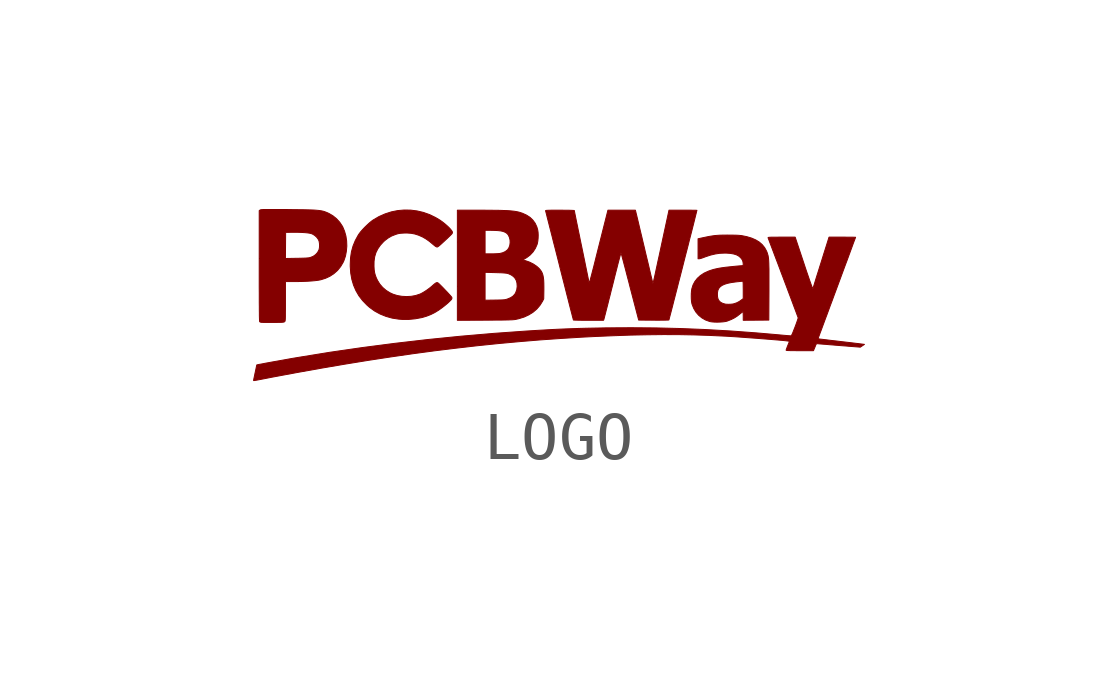
<source format=kicad_sym>
(kicad_symbol_lib
  (version 20220914)
  (generator "bitmap2component")
  (generator_version "9.0")
  (symbol "LOGO"
    (pin_names
      (offset 1.016))
    (property "Reference" "#G"
      (at 0 1.86 0)
      (effects (font (size 1.27 1.27)) hide))
    (symbol "LOGO_0_0"
      (polyline (pts (xy -6.216 -1.924) (xy -6.203 -1.922) (xy -6.181 -1.919) (xy -6.149 -1.913) (xy -6.106 -1.905) (xy -6.049 -1.894) (xy -5.834 -1.852) (xy -5.318 -1.756) (xy -4.815 -1.666) (xy -4.323 -1.582) (xy -3.843 -1.504) (xy -3.372 -1.432) (xy -2.909 -1.365) (xy -2.455 -1.304) (xy -2.006 -1.249) (xy -1.563 -1.198) (xy -1.125 -1.153) (xy -0.689 -1.113) (xy -0.256 -1.077) (xy 0.176 -1.047) (xy 0.609 -1.02) (xy 0.885 -1.006) (xy 1.26 -0.99) (xy 1.622 -0.977) (xy 1.971 -0.97) (xy 2.308 -0.966) (xy 2.635 -0.967) (xy 2.952 -0.973) (xy 3.261 -0.983) (xy 3.562 -0.997) (xy 3.625 -1) (xy 3.702 -1.005) (xy 3.786 -1.01) (xy 3.875 -1.016) (xy 3.969 -1.023) (xy 4.065 -1.03) (xy 4.162 -1.037) (xy 4.26 -1.044) (xy 4.355 -1.052) (xy 4.448 -1.059) (xy 4.536 -1.066) (xy 4.619 -1.073) (xy 4.694 -1.079) (xy 4.761 -1.085) (xy 4.817 -1.09) (xy 4.862 -1.095) (xy 4.894 -1.099) (xy 4.912 -1.101) (xy 4.937 -1.107) (xy 4.902 -1.194) (xy 4.889 -1.227) (xy 4.878 -1.257) (xy 4.87 -1.28) (xy 4.867 -1.291) (xy 4.867 -1.291) (xy 4.87 -1.294) (xy 4.88 -1.296) (xy 4.898 -1.298) (xy 4.925 -1.299) (xy 4.963 -1.3) (xy 5.012 -1.3) (xy 5.075 -1.301) (xy 5.152 -1.301) (xy 5.438 -1.301) (xy 5.451 -1.267) (xy 5.456 -1.256) (xy 5.469 -1.225) (xy 5.481 -1.194) (xy 5.487 -1.179) (xy 5.496 -1.163) (xy 5.506 -1.157) (xy 5.52 -1.156) (xy 5.52 -1.156) (xy 5.534 -1.157) (xy 5.562 -1.16) (xy 5.602 -1.163) (xy 5.651 -1.167) (xy 5.708 -1.171) (xy 5.772 -1.177) (xy 5.84 -1.182) (xy 5.895 -1.187) (xy 5.971 -1.193) (xy 6.045 -1.199) (xy 6.116 -1.204) (xy 6.18 -1.21) (xy 6.234 -1.214) (xy 6.275 -1.217) (xy 6.413 -1.228) (xy 6.456 -1.199) (xy 6.499 -1.17) (xy 6.428 -1.161) (xy 6.41 -1.159) (xy 6.375 -1.154) (xy 6.329 -1.149) (xy 6.272 -1.142) (xy 6.207 -1.134) (xy 6.136 -1.126) (xy 6.06 -1.117) (xy 5.982 -1.108) (xy 5.91 -1.099) (xy 5.836 -1.091) (xy 5.768 -1.083) (xy 5.707 -1.075) (xy 5.655 -1.069) (xy 5.613 -1.064) (xy 5.584 -1.061) (xy 5.569 -1.059) (xy 5.566 -1.058) (xy 5.544 -1.055) (xy 5.535 -1.049) (xy 5.536 -1.041) (xy 5.539 -1.032) (xy 5.548 -1.009) (xy 5.561 -0.974) (xy 5.578 -0.926) (xy 5.6 -0.869) (xy 5.625 -0.801) (xy 5.653 -0.725) (xy 5.684 -0.641) (xy 5.718 -0.551) (xy 5.753 -0.456) (xy 5.79 -0.355) (xy 5.829 -0.252) (xy 5.868 -0.145) (xy 5.908 -0.038) (xy 5.948 0.07) (xy 5.988 0.178) (xy 6.027 0.284) (xy 6.065 0.387) (xy 6.102 0.487) (xy 6.138 0.582) (xy 6.171 0.672) (xy 6.201 0.754) (xy 6.229 0.83) (xy 6.253 0.896) (xy 6.274 0.953) (xy 6.291 0.998) (xy 6.304 1.032) (xy 6.312 1.054) (xy 6.314 1.061) (xy 6.309 1.062) (xy 6.289 1.062) (xy 6.256 1.063) (xy 6.213 1.063) (xy 6.161 1.063) (xy 6.102 1.064) (xy 6.038 1.064) (xy 5.761 1.064) (xy 5.742 1.002) (xy 5.695 0.853) (xy 5.648 0.704) (xy 5.606 0.569) (xy 5.568 0.449) (xy 5.535 0.343) (xy 5.506 0.252) (xy 5.482 0.175) (xy 5.463 0.112) (xy 5.448 0.063) (xy 5.437 0.028) (xy 5.431 0.006) (xy 5.429 -0.003) (xy 5.429 -0.003) (xy 5.428 -0.01) (xy 5.425 -0.011) (xy 5.42 -0.003) (xy 5.413 0.013) (xy 5.403 0.037) (xy 5.39 0.072) (xy 5.374 0.117) (xy 5.354 0.173) (xy 5.331 0.241) (xy 5.303 0.322) (xy 5.271 0.417) (xy 5.235 0.526) (xy 5.056 1.064) (xy 4.771 1.064) (xy 4.712 1.064) (xy 4.648 1.063) (xy 4.598 1.063) (xy 4.56 1.063) (xy 4.531 1.062) (xy 4.512 1.06) (xy 4.5 1.059) (xy 4.493 1.056) (xy 4.491 1.053) (xy 4.492 1.05) (xy 4.493 1.046) (xy 4.5 1.028) (xy 4.512 0.996) (xy 4.528 0.953) (xy 4.548 0.9) (xy 4.572 0.837) (xy 4.599 0.766) (xy 4.628 0.688) (xy 4.66 0.604) (xy 4.694 0.515) (xy 4.729 0.422) (xy 4.764 0.328) (xy 4.801 0.231) (xy 4.837 0.135) (xy 4.873 0.04) (xy 4.908 -0.054) (xy 4.942 -0.144) (xy 4.974 -0.229) (xy 5.004 -0.309) (xy 5.031 -0.382) (xy 5.056 -0.448) (xy 5.077 -0.504) (xy 5.094 -0.55) (xy 5.107 -0.584) (xy 5.115 -0.607) (xy 5.118 -0.615) (xy 5.118 -0.622) (xy 5.112 -0.642) (xy 5.102 -0.673) (xy 5.088 -0.713) (xy 5.071 -0.76) (xy 5.052 -0.811) (xy 5.03 -0.866) (xy 5.013 -0.91) (xy 5 -0.942) (xy 4.989 -0.965) (xy 4.981 -0.979) (xy 4.975 -0.988) (xy 4.969 -0.991) (xy 4.962 -0.992) (xy 4.962 -0.992) (xy 4.948 -0.991) (xy 4.921 -0.989) (xy 4.883 -0.986) (xy 4.834 -0.982) (xy 4.777 -0.977) (xy 4.713 -0.971) (xy 4.646 -0.965) (xy 4.242 -0.93) (xy 3.713 -0.891) (xy 3.191 -0.861) (xy 2.673 -0.84) (xy 2.156 -0.827) (xy 1.636 -0.823) (xy 1.111 -0.826) (xy 1.017 -0.828) (xy 0.853 -0.831) (xy 0.7 -0.834) (xy 0.554 -0.838) (xy 0.413 -0.843) (xy 0.273 -0.848) (xy 0.132 -0.854) (xy -0.013 -0.861) (xy -0.165 -0.87) (xy -0.327 -0.879) (xy -0.502 -0.89) (xy -0.538 -0.892) (xy -1.224 -0.941) (xy -1.911 -1) (xy -2.597 -1.069) (xy -3.281 -1.148) (xy -3.958 -1.236) (xy -4.628 -1.333) (xy -5.287 -1.44) (xy -5.34 -1.449) (xy -5.413 -1.461) (xy -5.492 -1.475) (xy -5.574 -1.49) (xy -5.658 -1.505) (xy -5.742 -1.52) (xy -5.822 -1.534) (xy -5.898 -1.548) (xy -5.966 -1.56) (xy -6.026 -1.572) (xy -6.074 -1.581) (xy -6.109 -1.587) (xy -6.16 -1.598) (xy -6.193 -1.756) (xy -6.196 -1.767) (xy -6.205 -1.814) (xy -6.214 -1.855) (xy -6.221 -1.888) (xy -6.225 -1.91) (xy -6.227 -1.92) (xy -6.227 -1.921) (xy -6.227 -1.923) (xy -6.224 -1.924) (xy -6.216 -1.924)) (stroke (width 0.01) (type default)) (fill (type outline)))
      (polyline (pts (xy -5.827 -0.713) (xy -5.782 -0.713) (xy -5.724 -0.712) (xy -5.68 -0.712) (xy -5.646 -0.711) (xy -5.622 -0.709) (xy -5.605 -0.707) (xy -5.593 -0.704) (xy -5.586 -0.701) (xy -5.58 -0.697) (xy -5.578 -0.695) (xy -5.575 -0.692) (xy -5.572 -0.686) (xy -5.57 -0.679) (xy -5.568 -0.667) (xy -5.566 -0.65) (xy -5.565 -0.626) (xy -5.564 -0.595) (xy -5.564 -0.554) (xy -5.564 -0.502) (xy -5.563 -0.439) (xy -5.563 -0.362) (xy -5.563 -0.272) (xy -5.563 0.138) (xy -5.383 0.138) (xy -5.3 0.139) (xy -5.199 0.141) (xy -5.103 0.145) (xy -5.016 0.151) (xy -4.94 0.158) (xy -4.878 0.166) (xy -4.826 0.176) (xy -4.727 0.207) (xy -4.635 0.25) (xy -4.551 0.306) (xy -4.476 0.373) (xy -4.413 0.451) (xy -4.362 0.537) (xy -4.344 0.576) (xy -4.312 0.671) (xy -4.293 0.773) (xy -4.284 0.878) (xy -4.288 0.984) (xy -4.303 1.087) (xy -4.331 1.186) (xy -4.369 1.277) (xy -4.376 1.29) (xy -4.431 1.373) (xy -4.497 1.446) (xy -4.573 1.508) (xy -4.658 1.558) (xy -4.663 1.56) (xy -4.691 1.573) (xy -4.718 1.584) (xy -4.745 1.594) (xy -4.773 1.603) (xy -4.804 1.61) (xy -4.839 1.616) (xy -4.879 1.621) (xy -4.925 1.625) (xy -4.978 1.629) (xy -5.04 1.631) (xy -5.112 1.633) (xy -5.195 1.635) (xy -5.29 1.636) (xy -5.399 1.637) (xy -5.522 1.639) (xy -5.626 1.639) (xy -5.719 1.64) (xy -5.798 1.64) (xy -5.865 1.64) (xy -5.92 1.64) (xy -5.965 1.64) (xy -6.002 1.639) (xy -6.029 1.639) (xy -6.051 1.637) (xy -6.066 1.636) (xy -6.077 1.634) (xy -6.084 1.632) (xy -6.089 1.63) (xy -6.109 1.617) (xy -6.109 0.619) (xy -5.563 0.619) (xy -5.561 0.891) (xy -5.559 1.163) (xy -5.429 1.165) (xy -5.394 1.165) (xy -5.308 1.165) (xy -5.229 1.162) (xy -5.158 1.158) (xy -5.097 1.152) (xy -5.048 1.144) (xy -5.013 1.134) (xy -4.998 1.127) (xy -4.955 1.101) (xy -4.916 1.067) (xy -4.885 1.028) (xy -4.865 0.989) (xy -4.861 0.974) (xy -4.854 0.932) (xy -4.852 0.885) (xy -4.855 0.84) (xy -4.863 0.803) (xy -4.865 0.798) (xy -4.893 0.745) (xy -4.934 0.7) (xy -4.985 0.664) (xy -5.045 0.64) (xy -5.063 0.636) (xy -5.085 0.632) (xy -5.114 0.63) (xy -5.15 0.627) (xy -5.197 0.626) (xy -5.255 0.624) (xy -5.328 0.623) (xy -5.563 0.619) (xy -6.109 0.619) (xy -6.109 0.463) (xy -6.109 0.306) (xy -6.109 0.157) (xy -6.109 0.022) (xy -6.108 -0.099) (xy -6.108 -0.206) (xy -6.108 -0.301) (xy -6.107 -0.384) (xy -6.107 -0.456) (xy -6.106 -0.517) (xy -6.106 -0.568) (xy -6.105 -0.609) (xy -6.104 -0.642) (xy -6.103 -0.666) (xy -6.102 -0.684) (xy -6.1 -0.694) (xy -6.099 -0.698) (xy -6.091 -0.703) (xy -6.073 -0.71) (xy -6.072 -0.71) (xy -6.057 -0.711) (xy -6.029 -0.712) (xy -5.989 -0.713) (xy -5.941 -0.713) (xy -5.886 -0.713) (xy -5.827 -0.713)) (stroke (width 0.01) (type default)) (fill (type outline)))
      (polyline (pts (xy 3.497 -0.705) (xy 3.553 -0.701) (xy 3.603 -0.694) (xy 3.64 -0.685) (xy 3.652 -0.68) (xy 3.726 -0.651) (xy 3.791 -0.618) (xy 3.851 -0.579) (xy 3.913 -0.53) (xy 3.923 -0.522) (xy 3.946 -0.504) (xy 3.962 -0.491) (xy 3.969 -0.486) (xy 3.971 -0.493) (xy 3.972 -0.512) (xy 3.973 -0.541) (xy 3.974 -0.577) (xy 3.974 -0.668) (xy 4.24 -0.666) (xy 4.507 -0.664) (xy 4.51 -0.067) (xy 4.51 0.043) (xy 4.51 0.152) (xy 4.51 0.247) (xy 4.51 0.33) (xy 4.51 0.401) (xy 4.508 0.462) (xy 4.507 0.513) (xy 4.505 0.557) (xy 4.503 0.594) (xy 4.5 0.625) (xy 4.496 0.652) (xy 4.492 0.676) (xy 4.486 0.697) (xy 4.48 0.717) (xy 4.474 0.737) (xy 4.461 0.77) (xy 4.422 0.842) (xy 4.372 0.905) (xy 4.31 0.96) (xy 4.235 1.006) (xy 4.148 1.044) (xy 4.048 1.074) (xy 3.934 1.097) (xy 3.92 1.098) (xy 3.876 1.102) (xy 3.816 1.105) (xy 3.74 1.106) (xy 3.649 1.107) (xy 3.63 1.107) (xy 3.555 1.106) (xy 3.491 1.105) (xy 3.435 1.101) (xy 3.382 1.097) (xy 3.329 1.089) (xy 3.271 1.08) (xy 3.206 1.067) (xy 3.13 1.051) (xy 3.033 1.03) (xy 3.033 0.821) (xy 3.033 0.613) (xy 3.056 0.613) (xy 3.058 0.613) (xy 3.078 0.617) (xy 3.106 0.625) (xy 3.137 0.636) (xy 3.19 0.656) (xy 3.293 0.69) (xy 3.39 0.713) (xy 3.482 0.727) (xy 3.573 0.731) (xy 3.628 0.731) (xy 3.708 0.725) (xy 3.775 0.713) (xy 3.831 0.696) (xy 3.877 0.672) (xy 3.914 0.641) (xy 3.921 0.634) (xy 3.952 0.594) (xy 3.968 0.552) (xy 3.974 0.503) (xy 3.974 0.501) (xy 3.971 0.478) (xy 3.963 0.47) (xy 3.961 0.47) (xy 3.946 0.469) (xy 3.918 0.467) (xy 3.881 0.464) (xy 3.836 0.46) (xy 3.785 0.455) (xy 3.785 0.455) (xy 3.687 0.445) (xy 3.604 0.436) (xy 3.531 0.426) (xy 3.468 0.416) (xy 3.411 0.404) (xy 3.359 0.392) (xy 3.31 0.377) (xy 3.26 0.36) (xy 3.25 0.356) (xy 3.16 0.315) (xy 3.083 0.265) (xy 3.018 0.206) (xy 2.966 0.139) (xy 2.927 0.065) (xy 2.902 -0.016) (xy 2.902 -0.017) (xy 2.896 -0.059) (xy 2.892 -0.111) (xy 2.892 -0.122) (xy 3.436 -0.122) (xy 3.437 -0.093) (xy 3.446 -0.045) (xy 3.464 -0.005) (xy 3.493 0.029) (xy 3.532 0.058) (xy 3.584 0.082) (xy 3.648 0.102) (xy 3.726 0.118) (xy 3.819 0.131) (xy 3.854 0.135) (xy 3.895 0.139) (xy 3.929 0.143) (xy 3.953 0.145) (xy 3.964 0.146) (xy 3.964 0.146) (xy 3.967 0.142) (xy 3.97 0.129) (xy 3.972 0.106) (xy 3.973 0.072) (xy 3.973 0.026) (xy 3.974 -0.035) (xy 3.974 -0.217) (xy 3.932 -0.248) (xy 3.892 -0.276) (xy 3.841 -0.303) (xy 3.784 -0.323) (xy 3.781 -0.324) (xy 3.75 -0.33) (xy 3.709 -0.334) (xy 3.667 -0.335) (xy 3.628 -0.334) (xy 3.598 -0.331) (xy 3.548 -0.316) (xy 3.509 -0.297) (xy 3.48 -0.273) (xy 3.479 -0.271) (xy 3.458 -0.243) (xy 3.445 -0.211) (xy 3.438 -0.172) (xy 3.436 -0.122) (xy 2.892 -0.122) (xy 2.891 -0.167) (xy 2.892 -0.222) (xy 2.896 -0.271) (xy 2.902 -0.31) (xy 2.91 -0.34) (xy 2.943 -0.422) (xy 2.988 -0.497) (xy 3.045 -0.563) (xy 3.112 -0.618) (xy 3.188 -0.662) (xy 3.271 -0.692) (xy 3.281 -0.695) (xy 3.325 -0.702) (xy 3.378 -0.706) (xy 3.437 -0.707) (xy 3.497 -0.705)) (stroke (width 0.01) (type default)) (fill (type outline)))
      (polyline (pts (xy -1.406 -0.666) (xy -1.355 -0.666) (xy -1.25 -0.665) (xy -1.159 -0.664) (xy -1.08 -0.664) (xy -1.014 -0.663) (xy -0.958 -0.662) (xy -0.911 -0.661) (xy -0.873 -0.659) (xy -0.841 -0.658) (xy -0.816 -0.656) (xy -0.795 -0.654) (xy -0.778 -0.652) (xy -0.763 -0.649) (xy -0.701 -0.635) (xy -0.591 -0.601) (xy -0.492 -0.555) (xy -0.403 -0.499) (xy -0.326 -0.433) (xy -0.261 -0.357) (xy -0.208 -0.273) (xy -0.182 -0.221) (xy -0.179 -0.035) (xy -0.179 0.025) (xy -0.18 0.105) (xy -0.183 0.172) (xy -0.19 0.228) (xy -0.2 0.276) (xy -0.214 0.317) (xy -0.232 0.352) (xy -0.255 0.384) (xy -0.282 0.415) (xy -0.323 0.452) (xy -0.395 0.502) (xy -0.476 0.543) (xy -0.561 0.573) (xy -0.576 0.577) (xy -0.597 0.584) (xy -0.608 0.59) (xy -0.607 0.594) (xy -0.596 0.604) (xy -0.576 0.615) (xy -0.536 0.638) (xy -0.465 0.692) (xy -0.405 0.756) (xy -0.356 0.831) (xy -0.32 0.913) (xy -0.315 0.931) (xy -0.305 0.983) (xy -0.299 1.043) (xy -0.297 1.105) (xy -0.3 1.165) (xy -0.308 1.217) (xy -0.325 1.276) (xy -0.36 1.352) (xy -0.408 1.418) (xy -0.468 1.476) (xy -0.541 1.523) (xy -0.627 1.562) (xy -0.649 1.569) (xy -0.681 1.58) (xy -0.716 1.589) (xy -0.752 1.596) (xy -0.793 1.603) (xy -0.839 1.608) (xy -0.89 1.613) (xy -0.95 1.617) (xy -1.018 1.619) (xy -1.095 1.622) (xy -1.184 1.623) (xy -1.285 1.624) (xy -1.399 1.625) (xy -1.528 1.625) (xy -1.981 1.625) (xy -1.981 0.961) (xy -1.404 0.961) (xy -1.404 1.206) (xy -1.291 1.206) (xy -1.284 1.206) (xy -1.2 1.204) (xy -1.131 1.2) (xy -1.073 1.193) (xy -1.026 1.182) (xy -0.989 1.167) (xy -0.958 1.149) (xy -0.934 1.126) (xy -0.919 1.106) (xy -0.897 1.058) (xy -0.884 1.005) (xy -0.882 0.949) (xy -0.889 0.894) (xy -0.907 0.844) (xy -0.934 0.802) (xy -0.942 0.795) (xy -0.984 0.763) (xy -1.036 0.739) (xy -1.096 0.724) (xy -1.107 0.723) (xy -1.139 0.72) (xy -1.18 0.718) (xy -1.227 0.716) (xy -1.275 0.716) (xy -1.404 0.716) (xy -1.404 0.961) (xy -1.981 0.961) (xy -1.981 0.478) (xy -1.981 0.04) (xy -1.404 0.04) (xy -1.404 0.331) (xy -1.192 0.325) (xy -1.125 0.323) (xy -1.057 0.321) (xy -1.003 0.317) (xy -0.964 0.313) (xy -0.94 0.309) (xy -0.916 0.302) (xy -0.859 0.276) (xy -0.811 0.242) (xy -0.775 0.201) (xy -0.752 0.155) (xy -0.74 0.109) (xy -0.735 0.037) (xy -0.744 -0.032) (xy -0.769 -0.099) (xy -0.782 -0.12) (xy -0.819 -0.162) (xy -0.869 -0.196) (xy -0.933 -0.223) (xy -0.941 -0.226) (xy -0.96 -0.232) (xy -0.978 -0.236) (xy -0.998 -0.24) (xy -1.021 -0.242) (xy -1.05 -0.244) (xy -1.088 -0.245) (xy -1.137 -0.246) (xy -1.2 -0.247) (xy -1.404 -0.25) (xy -1.404 0.04) (xy -1.981 0.04) (xy -1.981 -0.669) (xy -1.406 -0.666)) (stroke (width 0.01) (type default)) (fill (type outline)))
      (polyline (pts (xy 1.071 -0.65) (xy 1.073 -0.641) (xy 1.08 -0.617) (xy 1.089 -0.58) (xy 1.102 -0.531) (xy 1.117 -0.471) (xy 1.135 -0.402) (xy 1.155 -0.324) (xy 1.176 -0.238) (xy 1.2 -0.146) (xy 1.224 -0.048) (xy 1.25 0.053) (xy 1.275 0.153) (xy 1.299 0.25) (xy 1.322 0.341) (xy 1.344 0.426) (xy 1.363 0.502) (xy 1.381 0.57) (xy 1.396 0.628) (xy 1.409 0.675) (xy 1.418 0.71) (xy 1.424 0.732) (xy 1.427 0.739) (xy 1.427 0.739) (xy 1.43 0.73) (xy 1.437 0.707) (xy 1.447 0.67) (xy 1.46 0.622) (xy 1.476 0.562) (xy 1.494 0.493) (xy 1.515 0.415) (xy 1.537 0.33) (xy 1.561 0.237) (xy 1.587 0.14) (xy 1.613 0.037) (xy 1.796 -0.664) (xy 2.107 -0.666) (xy 2.127 -0.666) (xy 2.194 -0.667) (xy 2.256 -0.666) (xy 2.311 -0.666) (xy 2.357 -0.665) (xy 2.393 -0.664) (xy 2.416 -0.663) (xy 2.425 -0.662) (xy 2.427 -0.657) (xy 2.432 -0.639) (xy 2.44 -0.606) (xy 2.452 -0.561) (xy 2.467 -0.505) (xy 2.484 -0.439) (xy 2.504 -0.362) (xy 2.525 -0.278) (xy 2.549 -0.186) (xy 2.574 -0.088) (xy 2.601 0.016) (xy 2.628 0.124) (xy 2.657 0.235) (xy 2.686 0.348) (xy 2.715 0.462) (xy 2.744 0.577) (xy 2.773 0.691) (xy 2.802 0.802) (xy 2.83 0.911) (xy 2.856 1.016) (xy 2.882 1.116) (xy 2.906 1.21) (xy 2.928 1.297) (xy 2.948 1.376) (xy 2.965 1.446) (xy 2.98 1.506) (xy 2.992 1.554) (xy 3.001 1.591) (xy 3.007 1.614) (xy 3.009 1.622) (xy 3.009 1.623) (xy 3.001 1.623) (xy 2.978 1.624) (xy 2.944 1.624) (xy 2.899 1.625) (xy 2.845 1.625) (xy 2.784 1.625) (xy 2.718 1.625) (xy 2.427 1.625) (xy 2.266 0.88) (xy 2.244 0.777) (xy 2.219 0.661) (xy 2.196 0.558) (xy 2.177 0.469) (xy 2.16 0.391) (xy 2.146 0.326) (xy 2.134 0.27) (xy 2.124 0.224) (xy 2.115 0.187) (xy 2.109 0.158) (xy 2.103 0.136) (xy 2.099 0.12) (xy 2.096 0.11) (xy 2.094 0.103) (xy 2.093 0.101) (xy 2.092 0.102) (xy 2.091 0.104) (xy 2.09 0.107) (xy 2.089 0.111) (xy 2.089 0.112) (xy 2.086 0.124) (xy 2.079 0.151) (xy 2.07 0.191) (xy 2.057 0.243) (xy 2.042 0.306) (xy 2.025 0.378) (xy 2.006 0.459) (xy 1.985 0.547) (xy 1.962 0.642) (xy 1.938 0.742) (xy 1.914 0.846) (xy 1.909 0.866) (xy 1.884 0.97) (xy 1.861 1.069) (xy 1.838 1.164) (xy 1.817 1.252) (xy 1.798 1.333) (xy 1.781 1.405) (xy 1.766 1.467) (xy 1.754 1.518) (xy 1.744 1.557) (xy 1.738 1.584) (xy 1.735 1.595) (xy 1.727 1.625) (xy 1.441 1.625) (xy 1.155 1.625) (xy 0.965 0.872) (xy 0.936 0.757) (xy 0.906 0.638) (xy 0.88 0.533) (xy 0.857 0.441) (xy 0.836 0.362) (xy 0.819 0.295) (xy 0.804 0.239) (xy 0.792 0.194) (xy 0.783 0.159) (xy 0.775 0.134) (xy 0.77 0.116) (xy 0.766 0.107) (xy 0.764 0.105) (xy 0.763 0.11) (xy 0.763 0.111) (xy 0.76 0.126) (xy 0.754 0.154) (xy 0.746 0.196) (xy 0.735 0.249) (xy 0.722 0.313) (xy 0.707 0.386) (xy 0.69 0.469) (xy 0.672 0.559) (xy 0.652 0.655) (xy 0.631 0.757) (xy 0.609 0.864) (xy 0.6 0.907) (xy 0.578 1.012) (xy 0.558 1.112) (xy 0.538 1.206) (xy 0.521 1.293) (xy 0.504 1.372) (xy 0.49 1.442) (xy 0.478 1.502) (xy 0.468 1.55) (xy 0.461 1.587) (xy 0.456 1.61) (xy 0.455 1.618) (xy 0.454 1.619) (xy 0.444 1.62) (xy 0.42 1.621) (xy 0.384 1.623) (xy 0.338 1.624) (xy 0.283 1.624) (xy 0.221 1.625) (xy 0.154 1.625) (xy 0.151 1.625) (xy 0.074 1.625) (xy 0.012 1.625) (xy -0.037 1.625) (xy -0.075 1.624) (xy -0.103 1.623) (xy -0.122 1.622) (xy -0.134 1.62) (xy -0.141 1.618) (xy -0.144 1.615) (xy -0.143 1.611) (xy -0.143 1.611) (xy -0.141 1.601) (xy -0.134 1.576) (xy -0.124 1.538) (xy -0.112 1.487) (xy -0.096 1.425) (xy -0.077 1.351) (xy -0.056 1.267) (xy -0.032 1.175) (xy -0.006 1.073) (xy 0.021 0.964) (xy 0.051 0.849) (xy 0.082 0.727) (xy 0.114 0.601) (xy 0.147 0.47) (xy 0.149 0.46) (xy 0.182 0.33) (xy 0.214 0.204) (xy 0.245 0.084) (xy 0.274 -0.031) (xy 0.301 -0.139) (xy 0.327 -0.239) (xy 0.35 -0.331) (xy 0.371 -0.413) (xy 0.39 -0.485) (xy 0.406 -0.546) (xy 0.418 -0.595) (xy 0.428 -0.631) (xy 0.434 -0.654) (xy 0.436 -0.662) (xy 0.437 -0.663) (xy 0.45 -0.664) (xy 0.476 -0.665) (xy 0.514 -0.666) (xy 0.563 -0.667) (xy 0.62 -0.668) (xy 0.683 -0.668) (xy 0.752 -0.668) (xy 1.064 -0.668) (xy 1.071 -0.65)) (stroke (width 0.01) (type default)) (fill (type outline)))
      (polyline (pts (xy -2.992 -0.65) (xy -2.857 -0.637) (xy -2.728 -0.613) (xy -2.711 -0.609) (xy -2.618 -0.581) (xy -2.534 -0.548) (xy -2.454 -0.508) (xy -2.372 -0.458) (xy -2.35 -0.442) (xy -2.304 -0.409) (xy -2.257 -0.373) (xy -2.213 -0.337) (xy -2.172 -0.302) (xy -2.139 -0.27) (xy -2.113 -0.244) (xy -2.099 -0.224) (xy -2.095 -0.213) (xy -2.096 -0.192) (xy -2.099 -0.187) (xy -2.112 -0.171) (xy -2.134 -0.146) (xy -2.161 -0.116) (xy -2.193 -0.081) (xy -2.228 -0.045) (xy -2.263 -0.008) (xy -2.297 0.027) (xy -2.329 0.059) (xy -2.355 0.085) (xy -2.375 0.103) (xy -2.387 0.112) (xy -2.4 0.117) (xy -2.417 0.115) (xy -2.437 0.105) (xy -2.463 0.085) (xy -2.498 0.055) (xy -2.515 0.039) (xy -2.561 0.002) (xy -2.611 -0.035) (xy -2.662 -0.069) (xy -2.711 -0.098) (xy -2.752 -0.119) (xy -2.764 -0.124) (xy -2.85 -0.152) (xy -2.943 -0.169) (xy -3.039 -0.174) (xy -3.137 -0.169) (xy -3.231 -0.153) (xy -3.319 -0.126) (xy -3.386 -0.095) (xy -3.466 -0.045) (xy -3.537 0.016) (xy -3.596 0.084) (xy -3.643 0.159) (xy -3.669 0.213) (xy -3.69 0.268) (xy -3.705 0.323) (xy -3.714 0.384) (xy -3.718 0.455) (xy -3.717 0.559) (xy -3.704 0.654) (xy -3.678 0.741) (xy -3.638 0.821) (xy -3.585 0.897) (xy -3.518 0.97) (xy -3.489 0.996) (xy -3.421 1.047) (xy -3.35 1.088) (xy -3.27 1.119) (xy -3.244 1.128) (xy -3.211 1.137) (xy -3.179 1.143) (xy -3.142 1.146) (xy -3.094 1.149) (xy -3.03 1.15) (xy -2.945 1.144) (xy -2.866 1.129) (xy -2.788 1.104) (xy -2.707 1.068) (xy -2.694 1.061) (xy -2.628 1.022) (xy -2.56 0.973) (xy -2.487 0.912) (xy -2.476 0.903) (xy -2.444 0.877) (xy -2.421 0.863) (xy -2.404 0.858) (xy -2.404 0.858) (xy -2.393 0.861) (xy -2.379 0.87) (xy -2.358 0.886) (xy -2.33 0.91) (xy -2.294 0.943) (xy -2.247 0.986) (xy -2.24 0.993) (xy -2.193 1.036) (xy -2.158 1.07) (xy -2.131 1.096) (xy -2.111 1.116) (xy -2.098 1.13) (xy -2.09 1.141) (xy -2.086 1.149) (xy -2.084 1.156) (xy -2.084 1.164) (xy -2.087 1.178) (xy -2.103 1.203) (xy -2.128 1.234) (xy -2.161 1.269) (xy -2.201 1.306) (xy -2.245 1.344) (xy -2.292 1.381) (xy -2.341 1.416) (xy -2.434 1.472) (xy -2.559 1.533) (xy -2.689 1.579) (xy -2.821 1.61) (xy -2.955 1.627) (xy -3.09 1.629) (xy -3.225 1.617) (xy -3.358 1.59) (xy -3.488 1.548) (xy -3.615 1.492) (xy -3.736 1.421) (xy -3.765 1.4) (xy -3.812 1.362) (xy -3.861 1.317) (xy -3.911 1.269) (xy -3.958 1.219) (xy -3.998 1.173) (xy -4.029 1.132) (xy -4.048 1.103) (xy -4.108 0.993) (xy -4.155 0.878) (xy -4.188 0.758) (xy -4.207 0.63) (xy -4.213 0.494) (xy -4.213 0.454) (xy -4.203 0.315) (xy -4.18 0.185) (xy -4.144 0.064) (xy -4.095 -0.05) (xy -4.033 -0.157) (xy -3.956 -0.257) (xy -3.865 -0.351) (xy -3.808 -0.401) (xy -3.704 -0.476) (xy -3.59 -0.538) (xy -3.468 -0.587) (xy -3.34 -0.623) (xy -3.204 -0.644) (xy -3.127 -0.65) (xy -2.992 -0.65)) (stroke (width 0.01) (type default)) (fill (type outline))))))
</source>
